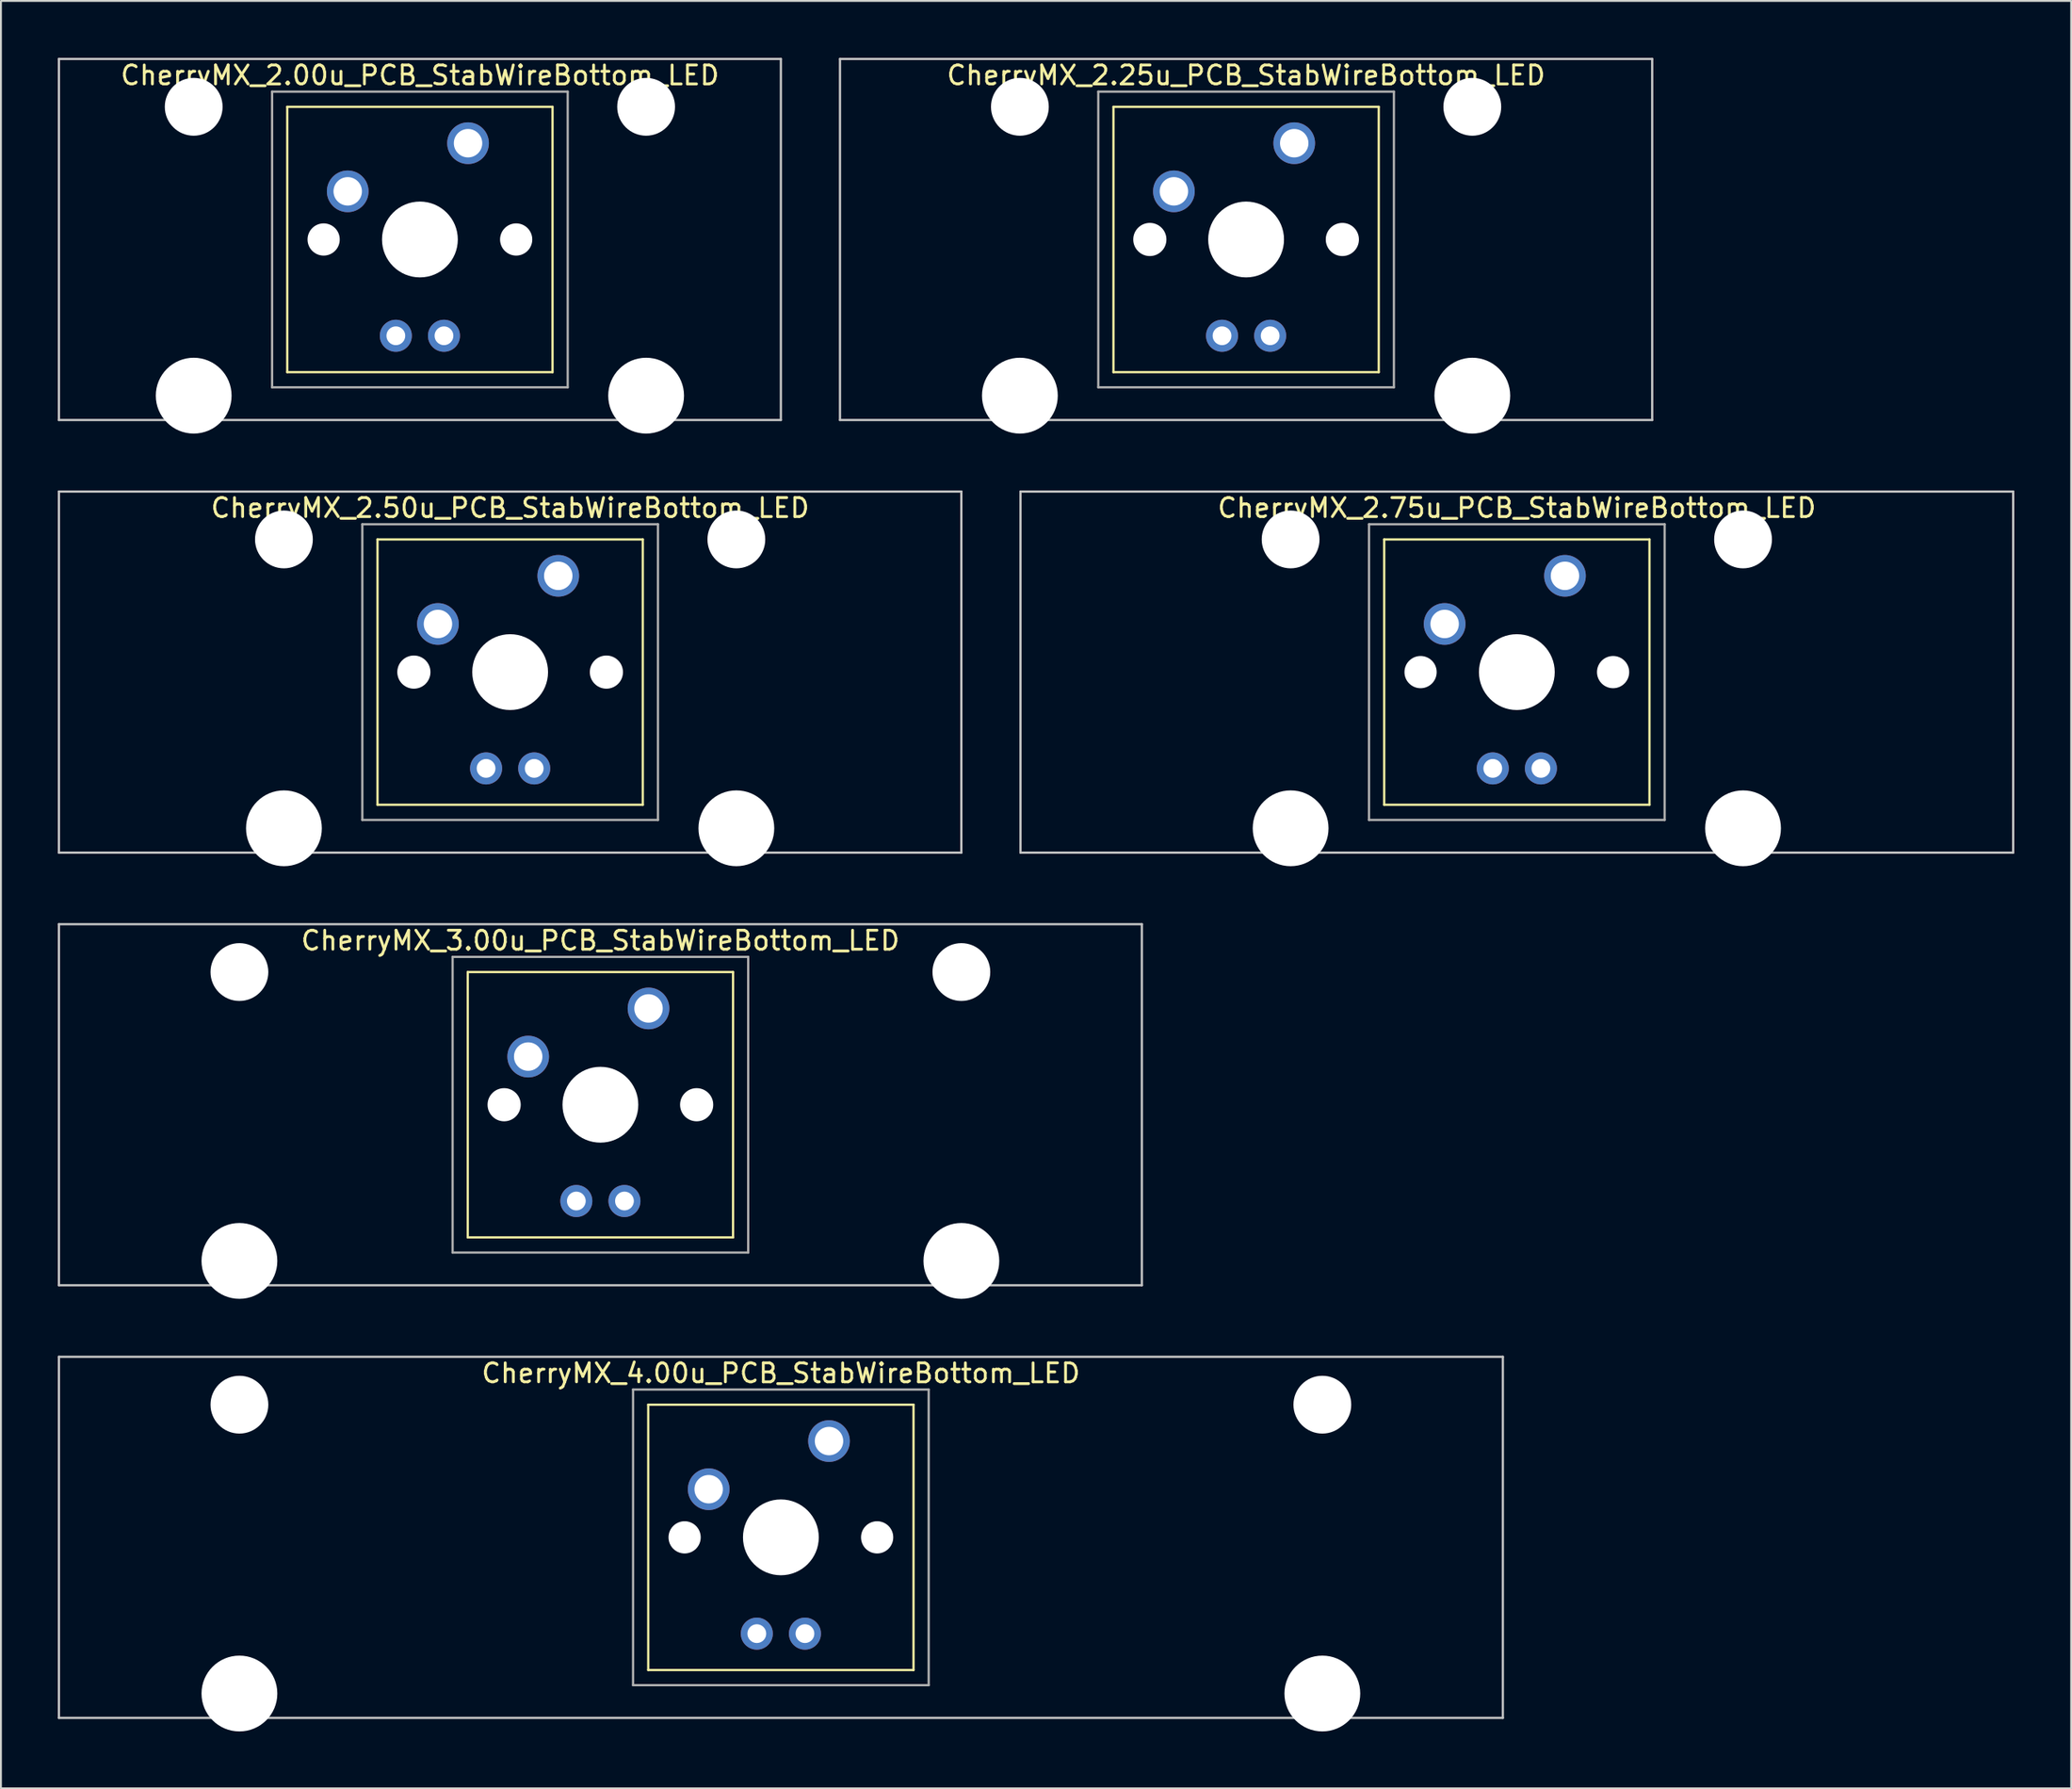
<source format=kicad_pcb>
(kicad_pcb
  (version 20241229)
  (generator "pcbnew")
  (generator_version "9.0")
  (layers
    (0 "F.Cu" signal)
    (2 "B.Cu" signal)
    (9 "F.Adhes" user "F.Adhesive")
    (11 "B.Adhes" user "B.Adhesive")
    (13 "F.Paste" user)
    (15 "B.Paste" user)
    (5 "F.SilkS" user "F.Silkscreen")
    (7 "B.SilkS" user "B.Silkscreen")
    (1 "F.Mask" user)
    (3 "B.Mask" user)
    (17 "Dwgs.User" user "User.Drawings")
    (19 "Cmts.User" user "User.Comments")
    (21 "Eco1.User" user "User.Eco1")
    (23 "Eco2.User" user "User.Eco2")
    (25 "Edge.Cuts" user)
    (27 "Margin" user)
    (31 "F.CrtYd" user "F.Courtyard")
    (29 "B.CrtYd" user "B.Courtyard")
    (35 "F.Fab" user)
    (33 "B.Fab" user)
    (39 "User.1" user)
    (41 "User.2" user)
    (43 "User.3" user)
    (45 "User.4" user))
  (footprint "CherryMX_2.75u_PCB_StabWireBottom_LED"
    (layer "F.Cu")
    (at 76.999 32.41)
    (property "Reference" "CherryMX_2.75u_PCB_StabWireBottom_LED" (at 0 -8.662 0) (layer "F.SilkS") (effects (font (size 1 1) (thickness 0.15))))
    (attr through_hole)
    (fp_line (start -7 -7) (end -7 7) (stroke (width 0.12) (type solid)) (layer "F.SilkS"))
    (fp_line (start -7 -7) (end 7 -7) (stroke (width 0.12) (type solid)) (layer "F.SilkS"))
    (fp_line (start 7 -7) (end 7 7) (stroke (width 0.12) (type solid)) (layer "F.SilkS"))
    (fp_line (start 7 7) (end -7 7) (stroke (width 0.12) (type solid)) (layer "F.SilkS"))
    (fp_line (start -26.194 -9.525) (end 26.194 -9.525) (stroke (width 0.12) (type solid)) (layer "Dwgs.User"))
    (fp_line (start -26.194 9.525) (end -26.194 -9.525) (stroke (width 0.12) (type solid)) (layer "Dwgs.User"))
    (fp_line (start 26.194 -9.525) (end 26.194 9.525) (stroke (width 0.12) (type solid)) (layer "Dwgs.User"))
    (fp_line (start 26.194 9.525) (end -26.194 9.525) (stroke (width 0.12) (type solid)) (layer "Dwgs.User"))
    (fp_line (start -7.8 -7.8) (end -7.8 7.8) (stroke (width 0.12) (type solid)) (layer "F.Fab"))
    (fp_line (start -7.8 -7.8) (end 7.8 -7.8) (stroke (width 0.12) (type solid)) (layer "F.Fab"))
    (fp_line (start -7.8 7.8) (end 7.8 7.8) (stroke (width 0.12) (type solid)) (layer "F.Fab"))
    (fp_line (start 7.8 -7.8) (end 7.8 7.8) (stroke (width 0.12) (type solid)) (layer "F.Fab"))
    (pad "" np_thru_hole circle (at -11.938 -7) (size 3.05 3.05) (drill 3.05) (layers "*.Cu" "*.Mask"))
    (pad "" np_thru_hole circle (at -11.938 8.24) (size 4 4) (drill 4) (layers "*.Cu" "*.Mask"))
    (pad "" np_thru_hole circle (at -5.08 0) (size 1.7 1.7) (drill 1.7) (layers "*.Cu" "*.Mask"))
    (pad "" np_thru_hole circle (at 0 0) (size 4 4) (drill 4) (layers "*.Cu" "*.Mask"))
    (pad "" np_thru_hole circle (at 5.08 0) (size 1.7 1.7) (drill 1.7) (layers "*.Cu" "*.Mask"))
    (pad "" np_thru_hole circle (at 11.938 -7) (size 3.05 3.05) (drill 3.05) (layers "*.Cu" "*.Mask"))
    (pad "" np_thru_hole circle (at 11.938 8.24) (size 4 4) (drill 4) (layers "*.Cu" "*.Mask"))
    (pad "1" thru_hole circle (at -3.81 -2.54) (size 2.2 2.2) (drill 1.5) (layers "*.Cu" "*.Mask"))
    (pad "2" thru_hole circle (at 2.54 -5.08) (size 2.2 2.2) (drill 1.5) (layers "*.Cu" "*.Mask"))
    (pad "3" thru_hole circle (at -1.27 5.08) (size 1.691 1.691) (drill 0.991) (layers "*.Cu" "*.Mask"))
    (pad "4" thru_hole circle (at 1.27 5.08) (size 1.691 1.691) (drill 0.991) (layers "*.Cu" "*.Mask")))
  (footprint "CherryMX_2.00u_PCB_StabWireBottom_LED"
    (layer "F.Cu")
    (at 19.11 9.585)
    (property "Reference" "CherryMX_2.00u_PCB_StabWireBottom_LED" (at 0 -8.662 0) (layer "F.SilkS") (effects (font (size 1 1) (thickness 0.15))))
    (attr through_hole)
    (fp_line (start -7 -7) (end -7 7) (stroke (width 0.12) (type solid)) (layer "F.SilkS"))
    (fp_line (start -7 -7) (end 7 -7) (stroke (width 0.12) (type solid)) (layer "F.SilkS"))
    (fp_line (start 7 -7) (end 7 7) (stroke (width 0.12) (type solid)) (layer "F.SilkS"))
    (fp_line (start 7 7) (end -7 7) (stroke (width 0.12) (type solid)) (layer "F.SilkS"))
    (fp_line (start -19.05 -9.525) (end 19.05 -9.525) (stroke (width 0.12) (type solid)) (layer "Dwgs.User"))
    (fp_line (start -19.05 9.525) (end -19.05 -9.525) (stroke (width 0.12) (type solid)) (layer "Dwgs.User"))
    (fp_line (start 19.05 -9.525) (end 19.05 9.525) (stroke (width 0.12) (type solid)) (layer "Dwgs.User"))
    (fp_line (start 19.05 9.525) (end -19.05 9.525) (stroke (width 0.12) (type solid)) (layer "Dwgs.User"))
    (fp_line (start -7.8 -7.8) (end -7.8 7.8) (stroke (width 0.12) (type solid)) (layer "F.Fab"))
    (fp_line (start -7.8 -7.8) (end 7.8 -7.8) (stroke (width 0.12) (type solid)) (layer "F.Fab"))
    (fp_line (start -7.8 7.8) (end 7.8 7.8) (stroke (width 0.12) (type solid)) (layer "F.Fab"))
    (fp_line (start 7.8 -7.8) (end 7.8 7.8) (stroke (width 0.12) (type solid)) (layer "F.Fab"))
    (pad "" np_thru_hole circle (at -11.938 -7) (size 3.05 3.05) (drill 3.05) (layers "*.Cu" "*.Mask"))
    (pad "" np_thru_hole circle (at -11.938 8.24) (size 4 4) (drill 4) (layers "*.Cu" "*.Mask"))
    (pad "" np_thru_hole circle (at -5.08 0) (size 1.7 1.7) (drill 1.7) (layers "*.Cu" "*.Mask"))
    (pad "" np_thru_hole circle (at 0 0) (size 4 4) (drill 4) (layers "*.Cu" "*.Mask"))
    (pad "" np_thru_hole circle (at 5.08 0) (size 1.7 1.7) (drill 1.7) (layers "*.Cu" "*.Mask"))
    (pad "" np_thru_hole circle (at 11.938 -7) (size 3.05 3.05) (drill 3.05) (layers "*.Cu" "*.Mask"))
    (pad "" np_thru_hole circle (at 11.938 8.24) (size 4 4) (drill 4) (layers "*.Cu" "*.Mask"))
    (pad "1" thru_hole circle (at -3.81 -2.54) (size 2.2 2.2) (drill 1.5) (layers "*.Cu" "*.Mask"))
    (pad "2" thru_hole circle (at 2.54 -5.08) (size 2.2 2.2) (drill 1.5) (layers "*.Cu" "*.Mask"))
    (pad "3" thru_hole circle (at -1.27 5.08) (size 1.691 1.691) (drill 0.991) (layers "*.Cu" "*.Mask"))
    (pad "4" thru_hole circle (at 1.27 5.08) (size 1.691 1.691) (drill 0.991) (layers "*.Cu" "*.Mask")))
  (footprint "CherryMX_4.00u_PCB_StabWireBottom_LED"
    (layer "F.Cu")
    (at 38.16 78.06)
    (property "Reference" "CherryMX_4.00u_PCB_StabWireBottom_LED" (at 0 -8.662 0) (layer "F.SilkS") (effects (font (size 1 1) (thickness 0.15))))
    (attr through_hole)
    (fp_line (start -7 -7) (end -7 7) (stroke (width 0.12) (type solid)) (layer "F.SilkS"))
    (fp_line (start -7 -7) (end 7 -7) (stroke (width 0.12) (type solid)) (layer "F.SilkS"))
    (fp_line (start 7 -7) (end 7 7) (stroke (width 0.12) (type solid)) (layer "F.SilkS"))
    (fp_line (start 7 7) (end -7 7) (stroke (width 0.12) (type solid)) (layer "F.SilkS"))
    (fp_line (start -38.1 -9.525) (end 38.1 -9.525) (stroke (width 0.12) (type solid)) (layer "Dwgs.User"))
    (fp_line (start -38.1 9.525) (end -38.1 -9.525) (stroke (width 0.12) (type solid)) (layer "Dwgs.User"))
    (fp_line (start 38.1 -9.525) (end 38.1 9.525) (stroke (width 0.12) (type solid)) (layer "Dwgs.User"))
    (fp_line (start 38.1 9.525) (end -38.1 9.525) (stroke (width 0.12) (type solid)) (layer "Dwgs.User"))
    (fp_line (start -7.8 -7.8) (end -7.8 7.8) (stroke (width 0.12) (type solid)) (layer "F.Fab"))
    (fp_line (start -7.8 -7.8) (end 7.8 -7.8) (stroke (width 0.12) (type solid)) (layer "F.Fab"))
    (fp_line (start -7.8 7.8) (end 7.8 7.8) (stroke (width 0.12) (type solid)) (layer "F.Fab"))
    (fp_line (start 7.8 -7.8) (end 7.8 7.8) (stroke (width 0.12) (type solid)) (layer "F.Fab"))
    (pad "" np_thru_hole circle (at -28.575 -7) (size 3.05 3.05) (drill 3.05) (layers "*.Cu" "*.Mask"))
    (pad "" np_thru_hole circle (at -28.575 8.24) (size 4 4) (drill 4) (layers "*.Cu" "*.Mask"))
    (pad "" np_thru_hole circle (at -5.08 0) (size 1.7 1.7) (drill 1.7) (layers "*.Cu" "*.Mask"))
    (pad "" np_thru_hole circle (at 0 0) (size 4 4) (drill 4) (layers "*.Cu" "*.Mask"))
    (pad "" np_thru_hole circle (at 5.08 0) (size 1.7 1.7) (drill 1.7) (layers "*.Cu" "*.Mask"))
    (pad "" np_thru_hole circle (at 28.575 -7) (size 3.05 3.05) (drill 3.05) (layers "*.Cu" "*.Mask"))
    (pad "" np_thru_hole circle (at 28.575 8.24) (size 4 4) (drill 4) (layers "*.Cu" "*.Mask"))
    (pad "1" thru_hole circle (at -3.81 -2.54) (size 2.2 2.2) (drill 1.5) (layers "*.Cu" "*.Mask"))
    (pad "2" thru_hole circle (at 2.54 -5.08) (size 2.2 2.2) (drill 1.5) (layers "*.Cu" "*.Mask"))
    (pad "3" thru_hole circle (at -1.27 5.08) (size 1.691 1.691) (drill 0.991) (layers "*.Cu" "*.Mask"))
    (pad "4" thru_hole circle (at 1.27 5.08) (size 1.691 1.691) (drill 0.991) (layers "*.Cu" "*.Mask")))
  (footprint "CherryMX_2.50u_PCB_StabWireBottom_LED"
    (layer "F.Cu")
    (at 23.872 32.41)
    (property "Reference" "CherryMX_2.50u_PCB_StabWireBottom_LED" (at 0 -8.662 0) (layer "F.SilkS") (effects (font (size 1 1) (thickness 0.15))))
    (attr through_hole)
    (fp_line (start -7 -7) (end -7 7) (stroke (width 0.12) (type solid)) (layer "F.SilkS"))
    (fp_line (start -7 -7) (end 7 -7) (stroke (width 0.12) (type solid)) (layer "F.SilkS"))
    (fp_line (start 7 -7) (end 7 7) (stroke (width 0.12) (type solid)) (layer "F.SilkS"))
    (fp_line (start 7 7) (end -7 7) (stroke (width 0.12) (type solid)) (layer "F.SilkS"))
    (fp_line (start -23.812 -9.525) (end 23.812 -9.525) (stroke (width 0.12) (type solid)) (layer "Dwgs.User"))
    (fp_line (start -23.812 9.525) (end -23.812 -9.525) (stroke (width 0.12) (type solid)) (layer "Dwgs.User"))
    (fp_line (start 23.812 -9.525) (end 23.812 9.525) (stroke (width 0.12) (type solid)) (layer "Dwgs.User"))
    (fp_line (start 23.812 9.525) (end -23.812 9.525) (stroke (width 0.12) (type solid)) (layer "Dwgs.User"))
    (fp_line (start -7.8 -7.8) (end -7.8 7.8) (stroke (width 0.12) (type solid)) (layer "F.Fab"))
    (fp_line (start -7.8 -7.8) (end 7.8 -7.8) (stroke (width 0.12) (type solid)) (layer "F.Fab"))
    (fp_line (start -7.8 7.8) (end 7.8 7.8) (stroke (width 0.12) (type solid)) (layer "F.Fab"))
    (fp_line (start 7.8 -7.8) (end 7.8 7.8) (stroke (width 0.12) (type solid)) (layer "F.Fab"))
    (pad "" np_thru_hole circle (at -11.938 -7) (size 3.05 3.05) (drill 3.05) (layers "*.Cu" "*.Mask"))
    (pad "" np_thru_hole circle (at -11.938 8.24) (size 4 4) (drill 4) (layers "*.Cu" "*.Mask"))
    (pad "" np_thru_hole circle (at -5.08 0) (size 1.75 1.75) (drill 1.75) (layers "*.Cu" "*.Mask"))
    (pad "" np_thru_hole circle (at 0 0) (size 4 4) (drill 4) (layers "*.Cu" "*.Mask"))
    (pad "" np_thru_hole circle (at 5.08 0) (size 1.75 1.75) (drill 1.75) (layers "*.Cu" "*.Mask"))
    (pad "" np_thru_hole circle (at 11.938 -7) (size 3.05 3.05) (drill 3.05) (layers "*.Cu" "*.Mask"))
    (pad "" np_thru_hole circle (at 11.938 8.24) (size 4 4) (drill 4) (layers "*.Cu" "*.Mask"))
    (pad "1" thru_hole circle (at -3.81 -2.54) (size 2.2 2.2) (drill 1.5) (layers "*.Cu" "*.Mask"))
    (pad "2" thru_hole circle (at 2.54 -5.08) (size 2.2 2.2) (drill 1.5) (layers "*.Cu" "*.Mask"))
    (pad "3" thru_hole circle (at -1.27 5.08) (size 1.691 1.691) (drill 0.991) (layers "*.Cu" "*.Mask"))
    (pad "4" thru_hole circle (at 1.27 5.08) (size 1.691 1.691) (drill 0.991) (layers "*.Cu" "*.Mask")))
  (footprint "CherryMX_2.25u_PCB_StabWireBottom_LED"
    (layer "F.Cu")
    (at 62.711 9.585)
    (property "Reference" "CherryMX_2.25u_PCB_StabWireBottom_LED" (at 0 -8.662 0) (layer "F.SilkS") (effects (font (size 1 1) (thickness 0.15))))
    (attr through_hole)
    (fp_line (start -7 -7) (end -7 7) (stroke (width 0.12) (type solid)) (layer "F.SilkS"))
    (fp_line (start -7 -7) (end 7 -7) (stroke (width 0.12) (type solid)) (layer "F.SilkS"))
    (fp_line (start 7 -7) (end 7 7) (stroke (width 0.12) (type solid)) (layer "F.SilkS"))
    (fp_line (start 7 7) (end -7 7) (stroke (width 0.12) (type solid)) (layer "F.SilkS"))
    (fp_line (start -21.431 -9.525) (end 21.431 -9.525) (stroke (width 0.12) (type solid)) (layer "Dwgs.User"))
    (fp_line (start -21.431 9.525) (end -21.431 -9.525) (stroke (width 0.12) (type solid)) (layer "Dwgs.User"))
    (fp_line (start 21.431 -9.525) (end 21.431 9.525) (stroke (width 0.12) (type solid)) (layer "Dwgs.User"))
    (fp_line (start 21.431 9.525) (end -21.431 9.525) (stroke (width 0.12) (type solid)) (layer "Dwgs.User"))
    (fp_line (start -7.8 -7.8) (end -7.8 7.8) (stroke (width 0.12) (type solid)) (layer "F.Fab"))
    (fp_line (start -7.8 -7.8) (end 7.8 -7.8) (stroke (width 0.12) (type solid)) (layer "F.Fab"))
    (fp_line (start -7.8 7.8) (end 7.8 7.8) (stroke (width 0.12) (type solid)) (layer "F.Fab"))
    (fp_line (start 7.8 -7.8) (end 7.8 7.8) (stroke (width 0.12) (type solid)) (layer "F.Fab"))
    (pad "" np_thru_hole circle (at -11.938 -7) (size 3.05 3.05) (drill 3.05) (layers "*.Cu" "*.Mask"))
    (pad "" np_thru_hole circle (at -11.938 8.24) (size 4 4) (drill 4) (layers "*.Cu" "*.Mask"))
    (pad "" np_thru_hole circle (at -5.08 0) (size 1.75 1.75) (drill 1.75) (layers "*.Cu" "*.Mask"))
    (pad "" np_thru_hole circle (at 0 0) (size 4 4) (drill 4) (layers "*.Cu" "*.Mask"))
    (pad "" np_thru_hole circle (at 5.08 0) (size 1.75 1.75) (drill 1.75) (layers "*.Cu" "*.Mask"))
    (pad "" np_thru_hole circle (at 11.938 -7) (size 3.05 3.05) (drill 3.05) (layers "*.Cu" "*.Mask"))
    (pad "" np_thru_hole circle (at 11.938 8.24) (size 4 4) (drill 4) (layers "*.Cu" "*.Mask"))
    (pad "1" thru_hole circle (at -3.81 -2.54) (size 2.2 2.2) (drill 1.5) (layers "*.Cu" "*.Mask"))
    (pad "2" thru_hole circle (at 2.54 -5.08) (size 2.2 2.2) (drill 1.5) (layers "*.Cu" "*.Mask"))
    (pad "3" thru_hole circle (at -1.27 5.08) (size 1.691 1.691) (drill 0.991) (layers "*.Cu" "*.Mask"))
    (pad "4" thru_hole circle (at 1.27 5.08) (size 1.691 1.691) (drill 0.991) (layers "*.Cu" "*.Mask")))
  (footprint "CherryMX_3.00u_PCB_StabWireBottom_LED"
    (layer "F.Cu")
    (at 28.635 55.235)
    (property "Reference" "CherryMX_3.00u_PCB_StabWireBottom_LED" (at 0 -8.662 0) (layer "F.SilkS") (effects (font (size 1 1) (thickness 0.15))))
    (attr through_hole)
    (fp_line (start -7 -7) (end -7 7) (stroke (width 0.12) (type solid)) (layer "F.SilkS"))
    (fp_line (start -7 -7) (end 7 -7) (stroke (width 0.12) (type solid)) (layer "F.SilkS"))
    (fp_line (start 7 -7) (end 7 7) (stroke (width 0.12) (type solid)) (layer "F.SilkS"))
    (fp_line (start 7 7) (end -7 7) (stroke (width 0.12) (type solid)) (layer "F.SilkS"))
    (fp_line (start -28.575 -9.525) (end 28.575 -9.525) (stroke (width 0.12) (type solid)) (layer "Dwgs.User"))
    (fp_line (start -28.575 9.525) (end -28.575 -9.525) (stroke (width 0.12) (type solid)) (layer "Dwgs.User"))
    (fp_line (start 28.575 -9.525) (end 28.575 9.525) (stroke (width 0.12) (type solid)) (layer "Dwgs.User"))
    (fp_line (start 28.575 9.525) (end -28.575 9.525) (stroke (width 0.12) (type solid)) (layer "Dwgs.User"))
    (fp_line (start -7.8 -7.8) (end -7.8 7.8) (stroke (width 0.12) (type solid)) (layer "F.Fab"))
    (fp_line (start -7.8 -7.8) (end 7.8 -7.8) (stroke (width 0.12) (type solid)) (layer "F.Fab"))
    (fp_line (start -7.8 7.8) (end 7.8 7.8) (stroke (width 0.12) (type solid)) (layer "F.Fab"))
    (fp_line (start 7.8 -7.8) (end 7.8 7.8) (stroke (width 0.12) (type solid)) (layer "F.Fab"))
    (pad "" np_thru_hole circle (at -19.05 -7) (size 3.05 3.05) (drill 3.05) (layers "*.Cu" "*.Mask"))
    (pad "" np_thru_hole circle (at -19.05 8.24) (size 4 4) (drill 4) (layers "*.Cu" "*.Mask"))
    (pad "" np_thru_hole circle (at -5.08 0) (size 1.75 1.75) (drill 1.75) (layers "*.Cu" "*.Mask"))
    (pad "" np_thru_hole circle (at 0 0) (size 4 4) (drill 4) (layers "*.Cu" "*.Mask"))
    (pad "" np_thru_hole circle (at 5.08 0) (size 1.75 1.75) (drill 1.75) (layers "*.Cu" "*.Mask"))
    (pad "" np_thru_hole circle (at 19.05 -7) (size 3.05 3.05) (drill 3.05) (layers "*.Cu" "*.Mask"))
    (pad "" np_thru_hole circle (at 19.05 8.24) (size 4 4) (drill 4) (layers "*.Cu" "*.Mask"))
    (pad "1" thru_hole circle (at -3.81 -2.54) (size 2.2 2.2) (drill 1.5) (layers "*.Cu" "*.Mask"))
    (pad "2" thru_hole circle (at 2.54 -5.08) (size 2.2 2.2) (drill 1.5) (layers "*.Cu" "*.Mask"))
    (pad "3" thru_hole circle (at -1.27 5.08) (size 1.691 1.691) (drill 0.991) (layers "*.Cu" "*.Mask"))
    (pad "4" thru_hole circle (at 1.27 5.08) (size 1.691 1.691) (drill 0.991) (layers "*.Cu" "*.Mask")))
  (gr_rect
    (start -3 -3)
    (end 106.252 91.3)
    (stroke (width 0.1) (type default))
    (fill no)
    (layer "Edge.Cuts")))
</source>
